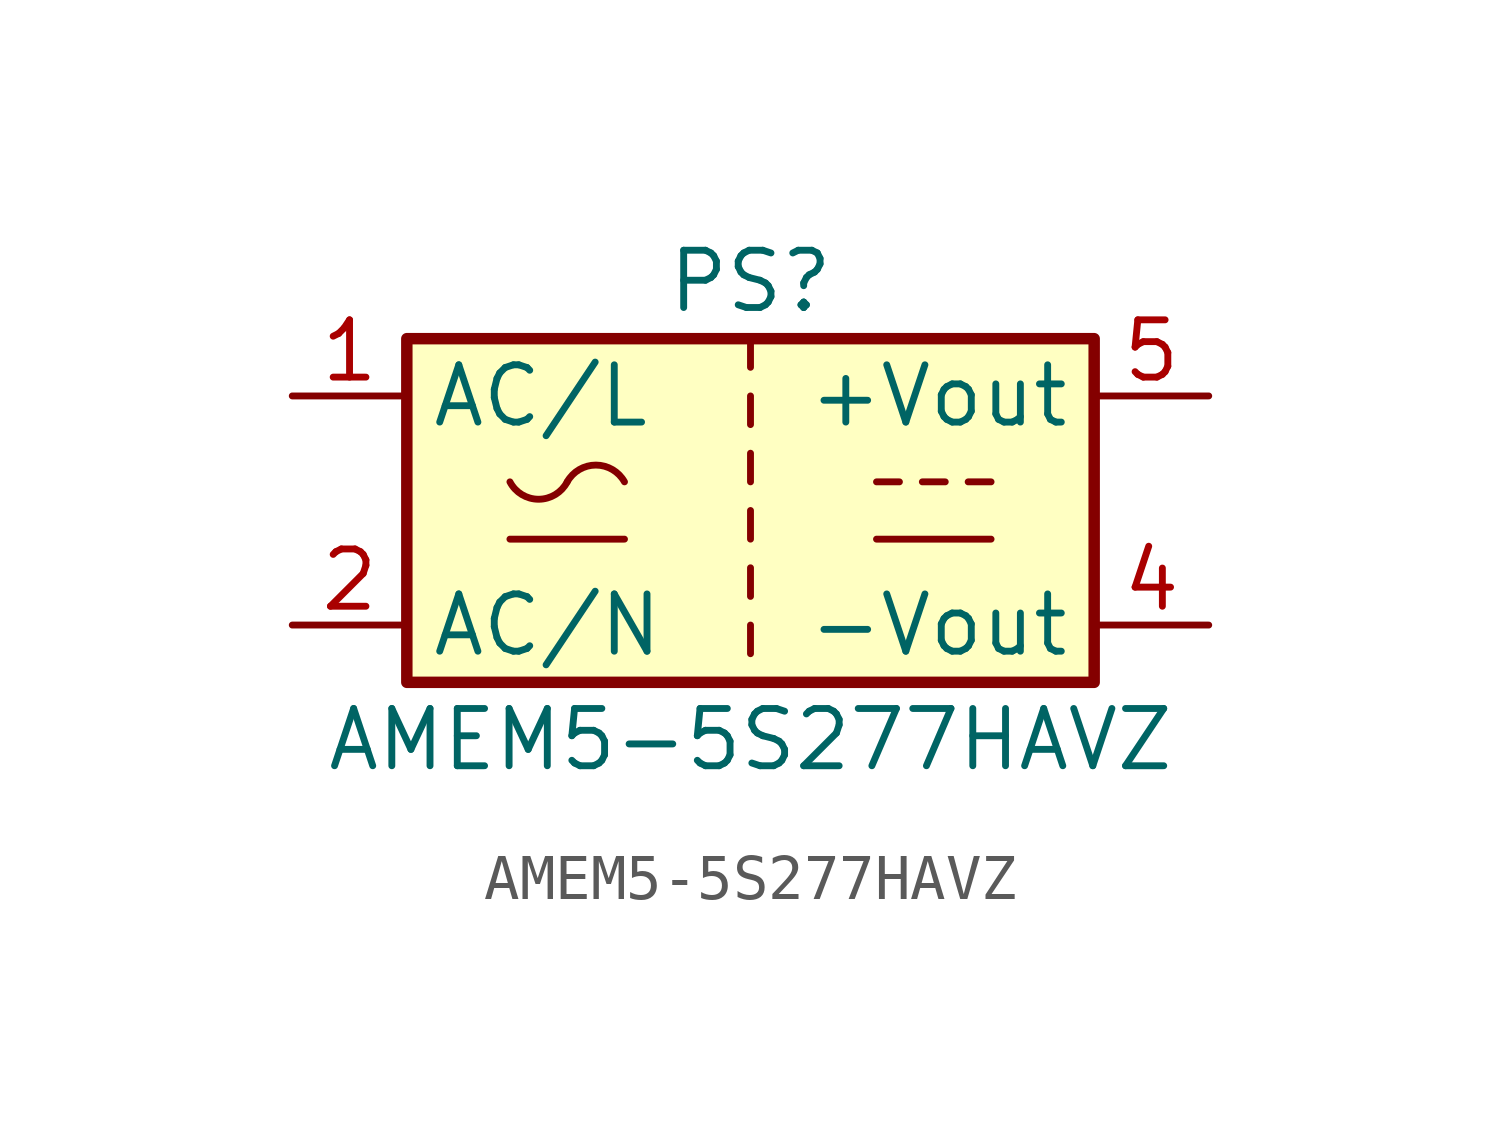
<source format=kicad_sym>
(kicad_symbol_lib
  (version 20211014)
  (generator kicad_symbol_editor)
  (symbol "AMEM5-5S277HAVZ"
    (property "Reference" "PS"
      (at 0 5.08 0)
      (effects (font (size 1.27 1.27))))
    (property "Value" "AMEM5-5S277HAVZ"
      (at 0 -5.08 0)
      (effects (font (size 1.27 1.27))))
    (symbol "AMEM5-5S277HAVZ_0_1"
      (rectangle (start -7.62 3.81) (end 7.62 -3.81) (stroke (width 0.254) (type default) (color 0 0 0 0)) (fill (type background)))
      (arc (start -5.334 0.635) (mid -4.699 0.2495) (end -4.064 0.635) (stroke (width 0) (type default) (color 0 0 0 0)) (fill (type none)))
      (arc (start -2.794 0.635) (mid -3.429 1.0072) (end -4.064 0.635) (stroke (width 0) (type default) (color 0 0 0 0)) (fill (type none)))
      (polyline (pts (xy -5.334 -0.635) (xy -2.794 -0.635)) (stroke (width 0) (type default) (color 0 0 0 0)) (fill (type none)))
      (polyline (pts (xy 0 -2.54) (xy 0 -3.175)) (stroke (width 0) (type default) (color 0 0 0 0)) (fill (type none)))
      (polyline (pts (xy 0 -1.27) (xy 0 -1.905)) (stroke (width 0) (type default) (color 0 0 0 0)) (fill (type none)))
      (polyline (pts (xy 0 0) (xy 0 -0.635)) (stroke (width 0) (type default) (color 0 0 0 0)) (fill (type none)))
      (polyline (pts (xy 0 1.27) (xy 0 0.635)) (stroke (width 0) (type default) (color 0 0 0 0)) (fill (type none)))
      (polyline (pts (xy 0 2.54) (xy 0 1.905)) (stroke (width 0) (type default) (color 0 0 0 0)) (fill (type none)))
      (polyline (pts (xy 0 3.81) (xy 0 3.175)) (stroke (width 0) (type default) (color 0 0 0 0)) (fill (type none)))
      (polyline (pts (xy 2.794 -0.635) (xy 5.334 -0.635)) (stroke (width 0) (type default) (color 0 0 0 0)) (fill (type none)))
      (polyline (pts (xy 2.794 0.635) (xy 3.302 0.635)) (stroke (width 0) (type default) (color 0 0 0 0)) (fill (type none)))
      (polyline (pts (xy 3.81 0.635) (xy 4.318 0.635)) (stroke (width 0) (type default) (color 0 0 0 0)) (fill (type none)))
      (polyline (pts (xy 4.826 0.635) (xy 5.334 0.635)) (stroke (width 0) (type default) (color 0 0 0 0)) (fill (type none))))
    (symbol "AMEM5-5S277HAVZ_1_1"
      (pin power_in line (at -10.16 2.54 0) (length 2.54) (name "AC/L" (effects (font (size 1.27 1.27)))) (number "1" (effects (font (size 1.27 1.27)))))
      (pin power_in line (at -10.16 -2.54 0) (length 2.54) (name "AC/N" (effects (font (size 1.27 1.27)))) (number "2" (effects (font (size 1.27 1.27)))))
      (pin power_out line (at 10.16 -2.54 180) (length 2.54) (name "-Vout" (effects (font (size 1.27 1.27)))) (number "4" (effects (font (size 1.27 1.27)))))
      (pin power_out line (at 10.16 2.54 180) (length 2.54) (name "+Vout" (effects (font (size 1.27 1.27)))) (number "5" (effects (font (size 1.27 1.27))))))))
</source>
